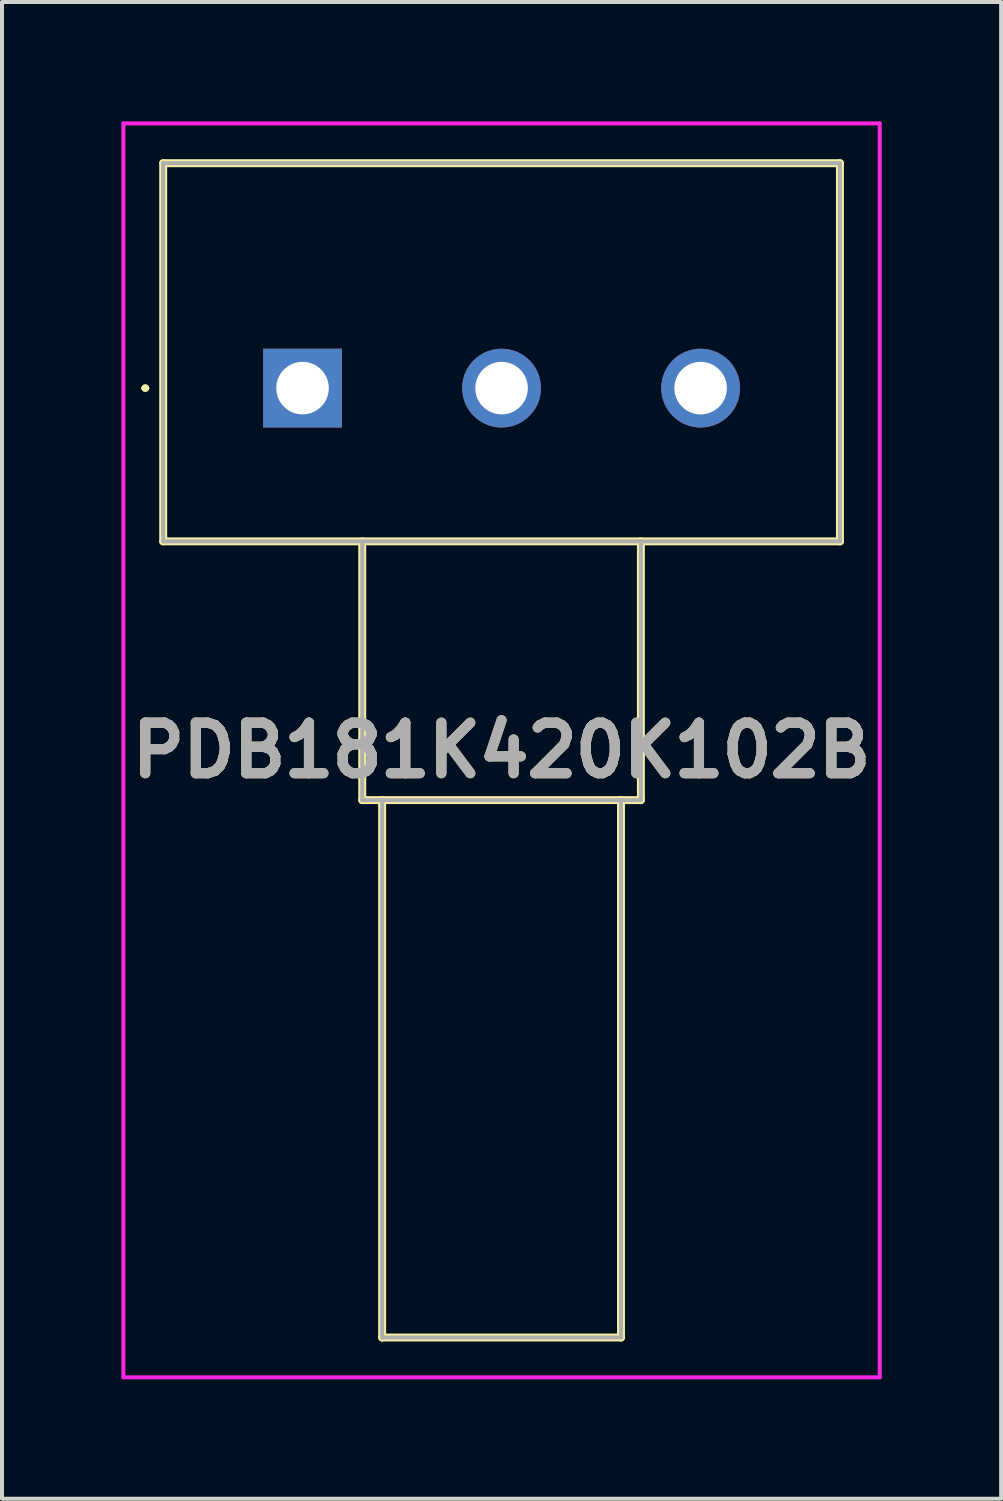
<source format=kicad_pcb>
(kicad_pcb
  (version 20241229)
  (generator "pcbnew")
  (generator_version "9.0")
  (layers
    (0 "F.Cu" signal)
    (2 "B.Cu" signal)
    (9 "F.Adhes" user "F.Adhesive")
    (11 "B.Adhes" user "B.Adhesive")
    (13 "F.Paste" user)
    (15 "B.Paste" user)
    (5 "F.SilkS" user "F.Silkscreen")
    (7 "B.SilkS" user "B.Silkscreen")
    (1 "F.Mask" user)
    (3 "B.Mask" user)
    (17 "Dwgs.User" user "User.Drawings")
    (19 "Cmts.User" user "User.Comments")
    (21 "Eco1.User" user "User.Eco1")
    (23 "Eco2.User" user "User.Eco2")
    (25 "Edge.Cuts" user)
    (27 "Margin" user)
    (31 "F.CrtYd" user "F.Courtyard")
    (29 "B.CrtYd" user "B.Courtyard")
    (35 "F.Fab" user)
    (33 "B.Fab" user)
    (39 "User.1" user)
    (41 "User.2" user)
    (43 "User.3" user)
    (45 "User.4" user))
  (footprint "PDB181K420K102B"
    (layer "F.Cu")
    (at 4.55 6.7)
    (property "Reference" "PDB181K420K102B" (at 5 9.1 0) (layer "F.SilkS") (effects (font (size 1.27 1.27) (thickness 0.254))))
    (attr through_hole)
    (fp_line (start -4 0) (end -4 0) (stroke (width 0.1) (type solid)) (layer "F.SilkS"))
    (fp_line (start -3.9 0) (end -3.9 0) (stroke (width 0.1) (type solid)) (layer "F.SilkS"))
    (fp_line (start -3.5 -5.65) (end -3.5 3.85) (stroke (width 0.2) (type solid)) (layer "F.SilkS"))
    (fp_line (start -3.5 3.85) (end 13.5 3.85) (stroke (width 0.2) (type solid)) (layer "F.SilkS"))
    (fp_line (start 1.5 3.85) (end 1.5 10.35) (stroke (width 0.2) (type solid)) (layer "F.SilkS"))
    (fp_line (start 1.5 10.35) (end 8.5 10.35) (stroke (width 0.2) (type solid)) (layer "F.SilkS"))
    (fp_line (start 2 10.35) (end 2 23.85) (stroke (width 0.2) (type solid)) (layer "F.SilkS"))
    (fp_line (start 2 23.85) (end 8 23.85) (stroke (width 0.2) (type solid)) (layer "F.SilkS"))
    (fp_line (start 8 23.85) (end 8 10.35) (stroke (width 0.2) (type solid)) (layer "F.SilkS"))
    (fp_line (start 8.5 10.35) (end 8.5 3.85) (stroke (width 0.2) (type solid)) (layer "F.SilkS"))
    (fp_line (start 13.5 -5.65) (end -3.5 -5.65) (stroke (width 0.2) (type solid)) (layer "F.SilkS"))
    (fp_line (start 13.5 3.85) (end 13.5 -5.65) (stroke (width 0.2) (type solid)) (layer "F.SilkS"))
    (fp_arc (start -4 0) (mid -3.95 -0.05) (end -3.9 0) (stroke (width 0.1) (type solid)) (layer "F.SilkS"))
    (fp_arc (start -3.9 0) (mid -3.95 0.05) (end -4 0) (stroke (width 0.1) (type solid)) (layer "F.SilkS"))
    (fp_line (start -4.5 -6.65) (end -4.5 24.85) (stroke (width 0.1) (type solid)) (layer "F.CrtYd"))
    (fp_line (start -4.5 24.85) (end 14.5 24.85) (stroke (width 0.1) (type solid)) (layer "F.CrtYd"))
    (fp_line (start 14.5 -6.65) (end -4.5 -6.65) (stroke (width 0.1) (type solid)) (layer "F.CrtYd"))
    (fp_line (start 14.5 24.85) (end 14.5 -6.65) (stroke (width 0.1) (type solid)) (layer "F.CrtYd"))
    (fp_line (start -3.5 -5.65) (end -3.5 3.85) (stroke (width 0.1) (type solid)) (layer "F.Fab"))
    (fp_line (start -3.5 3.85) (end 13.5 3.85) (stroke (width 0.1) (type solid)) (layer "F.Fab"))
    (fp_line (start 1.5 3.85) (end 1.5 10.35) (stroke (width 0.1) (type solid)) (layer "F.Fab"))
    (fp_line (start 1.5 10.35) (end 8.5 10.35) (stroke (width 0.1) (type solid)) (layer "F.Fab"))
    (fp_line (start 2 10.35) (end 2 23.85) (stroke (width 0.1) (type solid)) (layer "F.Fab"))
    (fp_line (start 2 23.85) (end 8 23.85) (stroke (width 0.1) (type solid)) (layer "F.Fab"))
    (fp_line (start 8 23.85) (end 8 10.35) (stroke (width 0.1) (type solid)) (layer "F.Fab"))
    (fp_line (start 8.5 10.35) (end 8.5 3.85) (stroke (width 0.1) (type solid)) (layer "F.Fab"))
    (fp_line (start 13.5 -5.65) (end -3.5 -5.65) (stroke (width 0.1) (type solid)) (layer "F.Fab"))
    (fp_line (start 13.5 3.85) (end 13.5 -5.65) (stroke (width 0.1) (type solid)) (layer "F.Fab"))
    (fp_text user "${REFERENCE}" (at 5 9.1 0) (layer "F.Fab") (effects (font (size 1.27 1.27) (thickness 0.254))))
    (pad "1" thru_hole rect (at 0 0) (size 1.98 1.98) (drill 1.32) (layers "*.Cu" "*.Mask"))
    (pad "2" thru_hole circle (at 5 0) (size 1.98 1.98) (drill 1.32) (layers "*.Cu" "*.Mask"))
    (pad "3" thru_hole circle (at 10 0) (size 1.98 1.98) (drill 1.32) (layers "*.Cu" "*.Mask")))
  (gr_rect
    (start -3 -3)
    (end 22.1 34.6)
    (stroke (width 0.1) (type default))
    (fill no)
    (layer "Edge.Cuts")))
</source>
